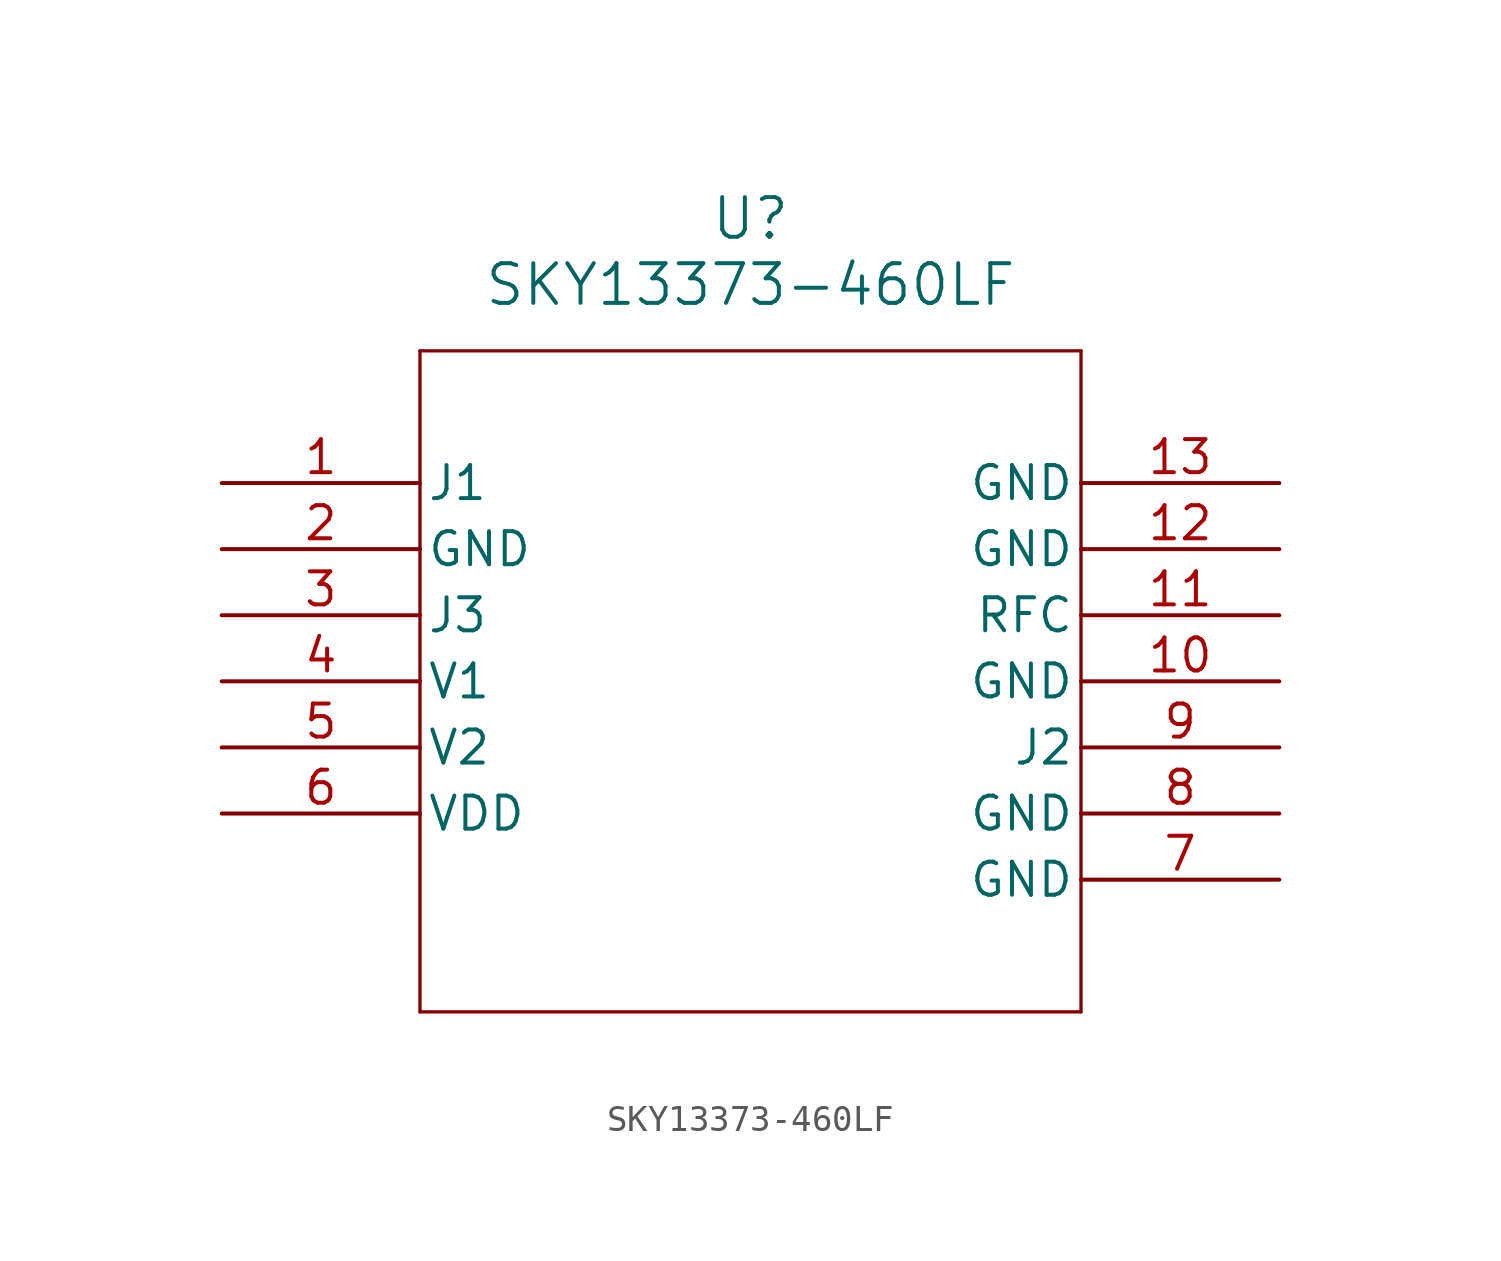
<source format=kicad_sym>
(kicad_symbol_lib
  (version 20211014)
  (generator kicad_symbol_editor)
  (symbol "SKY13373-460LF"
    (pin_names
      (offset 0.254))
    (property "Reference" "U"
      (at 20.32 10.16 0)
      (effects (font (size 1.524 1.524))))
    (property "Value" "SKY13373-460LF"
      (at 20.32 7.62 0)
      (effects (font (size 1.524 1.524))))
    (symbol "SKY13373-460LF_0_1"
      (polyline (pts (xy 7.62 5.08) (xy 7.62 -20.32)) (stroke (width 0.127) (type default) (color 0 0 0 0)) (fill (type none)))
      (polyline (pts (xy 7.62 -20.32) (xy 33.02 -20.32)) (stroke (width 0.127) (type default) (color 0 0 0 0)) (fill (type none)))
      (polyline (pts (xy 33.02 -20.32) (xy 33.02 5.08)) (stroke (width 0.127) (type default) (color 0 0 0 0)) (fill (type none)))
      (polyline (pts (xy 33.02 5.08) (xy 7.62 5.08)) (stroke (width 0.127) (type default) (color 0 0 0 0)) (fill (type none)))
      (pin bidirectional line (at 0 0 0) (length 7.62) (name "J1" (effects (font (size 1.27 1.27)))) (number "1" (effects (font (size 1.27 1.27)))))
      (pin power_out line (at 0 -2.54 0) (length 7.62) (name "GND" (effects (font (size 1.27 1.27)))) (number "2" (effects (font (size 1.27 1.27)))))
      (pin bidirectional line (at 0 -5.08 0) (length 7.62) (name "J3" (effects (font (size 1.27 1.27)))) (number "3" (effects (font (size 1.27 1.27)))))
      (pin bidirectional line (at 0 -7.62 0) (length 7.62) (name "V1" (effects (font (size 1.27 1.27)))) (number "4" (effects (font (size 1.27 1.27)))))
      (pin bidirectional line (at 0 -10.16 0) (length 7.62) (name "V2" (effects (font (size 1.27 1.27)))) (number "5" (effects (font (size 1.27 1.27)))))
      (pin power_in line (at 0 -12.7 0) (length 7.62) (name "VDD" (effects (font (size 1.27 1.27)))) (number "6" (effects (font (size 1.27 1.27)))))
      (pin power_out line (at 40.64 -15.24 180) (length 7.62) (name "GND" (effects (font (size 1.27 1.27)))) (number "7" (effects (font (size 1.27 1.27)))))
      (pin power_out line (at 40.64 -12.7 180) (length 7.62) (name "GND" (effects (font (size 1.27 1.27)))) (number "8" (effects (font (size 1.27 1.27)))))
      (pin bidirectional line (at 40.64 -10.16 180) (length 7.62) (name "J2" (effects (font (size 1.27 1.27)))) (number "9" (effects (font (size 1.27 1.27)))))
      (pin power_out line (at 40.64 -7.62 180) (length 7.62) (name "GND" (effects (font (size 1.27 1.27)))) (number "10" (effects (font (size 1.27 1.27)))))
      (pin unspecified line (at 40.64 -5.08 180) (length 7.62) (name "RFC" (effects (font (size 1.27 1.27)))) (number "11" (effects (font (size 1.27 1.27)))))
      (pin power_out line (at 40.64 -2.54 180) (length 7.62) (name "GND" (effects (font (size 1.27 1.27)))) (number "12" (effects (font (size 1.27 1.27)))))
      (pin power_out line (at 40.64 0 180) (length 7.62) (name "GND" (effects (font (size 1.27 1.27)))) (number "13" (effects (font (size 1.27 1.27))))))))
</source>
